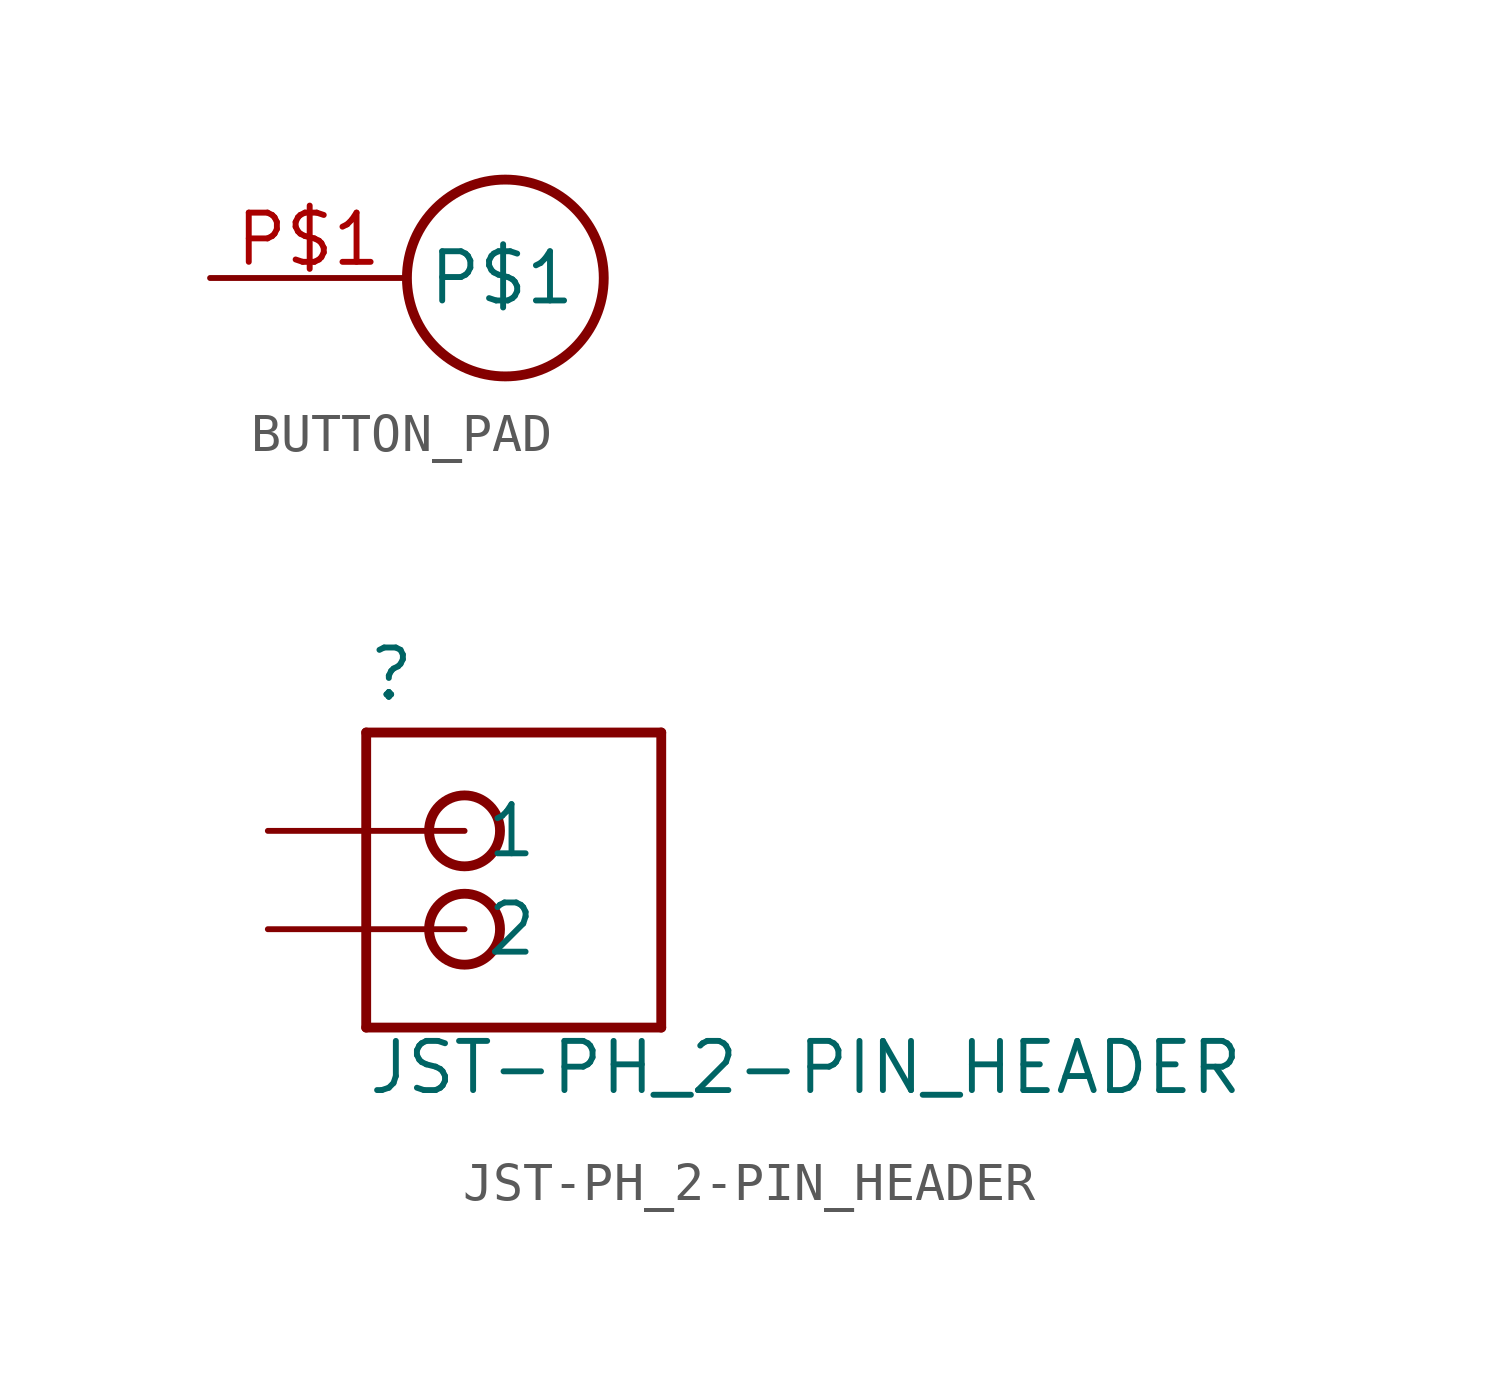
<source format=kicad_sym>
(kicad_symbol_lib
  (version 20211014)
  (generator kicad_symbol_editor)
  (symbol "BUTTON_PAD"
    (property "Reference" ""
      (at 0 0 0)
      (effects (font (size 1.27 1.27)) hide))
    (property "ki_locked" ""
      (at 0 0 0)
      (effects (font (size 1.27 1.27))))
    (symbol "BUTTON_PAD_1_0"
      (circle (center 0 0) (radius 2.54) (stroke (width 0.254) (type default) (color 0 0 0 0)) (fill (type none)))
      (pin bidirectional line (at -7.62 0 0) (length 5.08) (name "P$1" (effects (font (size 1.27 1.27)))) (number "P$1" (effects (font (size 1.27 1.27)))))))
  (symbol "JST-PH_2-PIN_HEADER"
    (property "Reference" ""
      (at -5.08 5.842 0)
      (effects (font (size 1.27 1.27)) (justify left bottom)))
    (property "Value" "JST-PH_2-PIN_HEADER"
      (at -5.08 -4.318 0)
      (effects (font (size 1.27 1.27)) (justify left bottom)))
    (property "ki_locked" ""
      (at 0 0 0)
      (effects (font (size 1.27 1.27))))
    (symbol "JST-PH_2-PIN_HEADER_1_0"
      (circle (center -2.54 0) (radius 0.916) (stroke (width 0.254) (type default) (color 0 0 0 0)) (fill (type none)))
      (circle (center -2.54 2.54) (radius 0.916) (stroke (width 0.254) (type default) (color 0 0 0 0)) (fill (type none)))
      (polyline (pts (xy -5.08 -2.54) (xy -5.08 5.08)) (stroke (width 0.254) (type default) (color 0 0 0 0)) (fill (type none)))
      (polyline (pts (xy -5.08 5.08) (xy 2.54 5.08)) (stroke (width 0.254) (type default) (color 0 0 0 0)) (fill (type none)))
      (polyline (pts (xy 2.54 -2.54) (xy -5.08 -2.54)) (stroke (width 0.254) (type default) (color 0 0 0 0)) (fill (type none)))
      (polyline (pts (xy 2.54 5.08) (xy 2.54 -2.54)) (stroke (width 0.254) (type default) (color 0 0 0 0)) (fill (type none)))
      (pin bidirectional line (at -7.62 2.54 0) (length 5.08) (name "1" (effects (font (size 1.27 1.27)))) (number "P1" (effects (font (size 0 0)))))
      (pin bidirectional line (at -7.62 0 0) (length 5.08) (name "2" (effects (font (size 1.27 1.27)))) (number "P2" (effects (font (size 0 0))))))))
</source>
